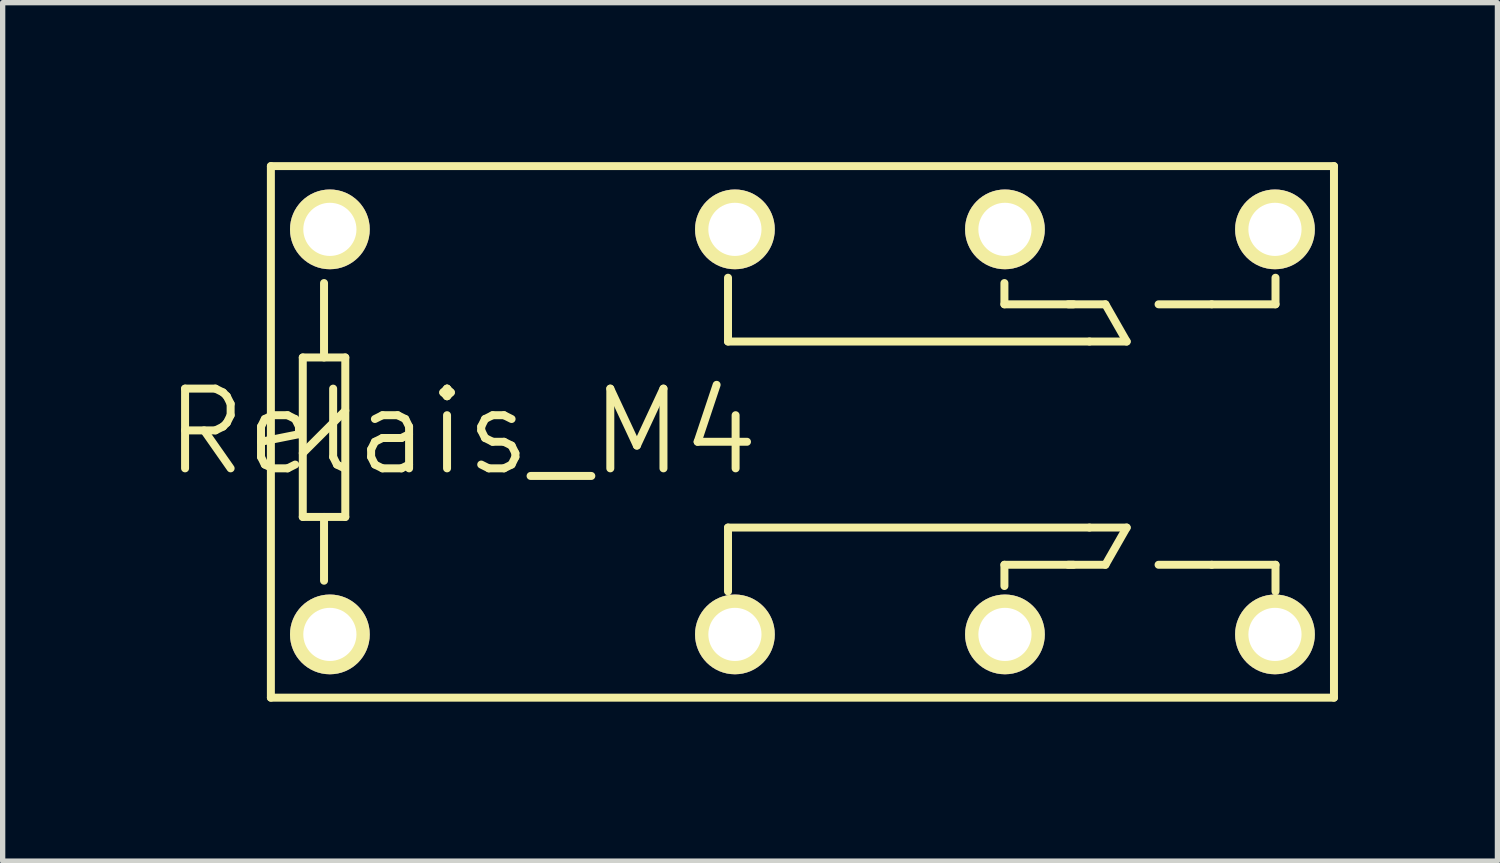
<source format=kicad_pcb>
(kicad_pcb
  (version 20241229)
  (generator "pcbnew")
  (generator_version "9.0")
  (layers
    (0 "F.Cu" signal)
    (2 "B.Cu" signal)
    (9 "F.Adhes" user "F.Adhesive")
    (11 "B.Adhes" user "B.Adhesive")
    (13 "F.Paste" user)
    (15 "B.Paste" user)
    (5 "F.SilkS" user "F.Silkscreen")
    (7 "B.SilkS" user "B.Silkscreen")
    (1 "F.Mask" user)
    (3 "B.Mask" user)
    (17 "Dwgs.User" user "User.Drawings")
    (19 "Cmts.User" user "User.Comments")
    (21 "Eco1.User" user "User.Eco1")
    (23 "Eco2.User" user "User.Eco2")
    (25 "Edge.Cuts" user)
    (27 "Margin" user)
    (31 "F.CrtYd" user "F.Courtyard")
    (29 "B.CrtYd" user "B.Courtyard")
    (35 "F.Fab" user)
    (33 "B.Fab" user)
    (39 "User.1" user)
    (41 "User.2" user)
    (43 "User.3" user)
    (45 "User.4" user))
  (footprint "Relais_M4"
    (layer "F.Cu")
    (at 12.046 5.075)
    (property "Reference" "Relais_M4" (at -6.4 0 0) (layer "F.SilkS") (effects (font (size 1.5 1.5) (thickness 0.15))))
    (attr through_hole)
    (fp_line (start -10 -5) (end 10 -5) (stroke (width 0.15) (type solid)) (layer "F.SilkS"))
    (fp_line (start -10 5) (end -10 -5) (stroke (width 0.15) (type solid)) (layer "F.SilkS"))
    (fp_line (start -9.4 -1.4) (end -8.6 -1.4) (stroke (width 0.15) (type solid)) (layer "F.SilkS"))
    (fp_line (start -9.4 0.4) (end -8.6 -0.4) (stroke (width 0.15) (type solid)) (layer "F.SilkS"))
    (fp_line (start -9.4 1.6) (end -9.4 -1.4) (stroke (width 0.15) (type solid)) (layer "F.SilkS"))
    (fp_line (start -9 -2.8) (end -9 -1.4) (stroke (width 0.15) (type solid)) (layer "F.SilkS"))
    (fp_line (start -9 2.8) (end -9 1.6) (stroke (width 0.15) (type solid)) (layer "F.SilkS"))
    (fp_line (start -8.6 -1.4) (end -8.6 1.6) (stroke (width 0.15) (type solid)) (layer "F.SilkS"))
    (fp_line (start -8.6 1.6) (end -9.4 1.6) (stroke (width 0.15) (type solid)) (layer "F.SilkS"))
    (fp_line (start -1.4 -2.9) (end -1.4 -1.7) (stroke (width 0.15) (type solid)) (layer "F.SilkS"))
    (fp_line (start -1.4 -1.7) (end 5.4 -1.7) (stroke (width 0.15) (type solid)) (layer "F.SilkS"))
    (fp_line (start -1.4 1.8) (end 5.4 1.8) (stroke (width 0.15) (type solid)) (layer "F.SilkS"))
    (fp_line (start -1.4 3) (end -1.4 1.8) (stroke (width 0.15) (type solid)) (layer "F.SilkS"))
    (fp_line (start 3.8 -2.8) (end 3.8 -2.4) (stroke (width 0.15) (type solid)) (layer "F.SilkS"))
    (fp_line (start 3.8 -2.4) (end 5.1 -2.4) (stroke (width 0.15) (type solid)) (layer "F.SilkS"))
    (fp_line (start 3.8 2.5) (end 5.1 2.5) (stroke (width 0.15) (type solid)) (layer "F.SilkS"))
    (fp_line (start 3.8 2.9) (end 3.8 2.5) (stroke (width 0.15) (type solid)) (layer "F.SilkS"))
    (fp_line (start 5.4 -1.7) (end 6.1 -1.7) (stroke (width 0.15) (type solid)) (layer "F.SilkS"))
    (fp_line (start 5.4 1.8) (end 6.1 1.8) (stroke (width 0.15) (type solid)) (layer "F.SilkS"))
    (fp_line (start 5.7 -2.4) (end 5 -2.4) (stroke (width 0.15) (type solid)) (layer "F.SilkS"))
    (fp_line (start 5.7 2.5) (end 5 2.5) (stroke (width 0.15) (type solid)) (layer "F.SilkS"))
    (fp_line (start 6.1 -1.7) (end 5.7 -2.4) (stroke (width 0.15) (type solid)) (layer "F.SilkS"))
    (fp_line (start 6.1 1.8) (end 5.7 2.5) (stroke (width 0.15) (type solid)) (layer "F.SilkS"))
    (fp_line (start 7.7 -2.4) (end 6.7 -2.4) (stroke (width 0.15) (type solid)) (layer "F.SilkS"))
    (fp_line (start 7.7 2.5) (end 6.7 2.5) (stroke (width 0.15) (type solid)) (layer "F.SilkS"))
    (fp_line (start 8.9 -2.9) (end 8.9 -2.4) (stroke (width 0.15) (type solid)) (layer "F.SilkS"))
    (fp_line (start 8.9 -2.4) (end 7.7 -2.4) (stroke (width 0.15) (type solid)) (layer "F.SilkS"))
    (fp_line (start 8.9 2.5) (end 7.7 2.5) (stroke (width 0.15) (type solid)) (layer "F.SilkS"))
    (fp_line (start 8.9 3) (end 8.9 2.5) (stroke (width 0.15) (type solid)) (layer "F.SilkS"))
    (fp_line (start 10 -5) (end 10 5) (stroke (width 0.15) (type solid)) (layer "F.SilkS"))
    (fp_line (start 10 5) (end -10 5) (stroke (width 0.15) (type solid)) (layer "F.SilkS"))
    (pad "1" thru_hole circle (at -8.89 3.81) (size 1.5 1.5) (drill 1) (layers "*.Cu" "*.Mask" "F.SilkS"))
    (pad "2" thru_hole circle (at -8.89 -3.81) (size 1.5 1.5) (drill 1) (layers "*.Cu" "*.Mask" "F.SilkS"))
    (pad "3" thru_hole circle (at -1.27 3.81) (size 1.5 1.5) (drill 1) (layers "*.Cu" "*.Mask" "F.SilkS"))
    (pad "4" thru_hole circle (at -1.27 -3.81) (size 1.5 1.5) (drill 1) (layers "*.Cu" "*.Mask" "F.SilkS"))
    (pad "5" thru_hole circle (at 3.81 3.81) (size 1.5 1.5) (drill 1) (layers "*.Cu" "*.Mask" "F.SilkS"))
    (pad "6" thru_hole circle (at 3.81 -3.81) (size 1.5 1.5) (drill 1) (layers "*.Cu" "*.Mask" "F.SilkS"))
    (pad "7" thru_hole circle (at 8.89 3.81) (size 1.5 1.5) (drill 1) (layers "*.Cu" "*.Mask" "F.SilkS"))
    (pad "8" thru_hole circle (at 8.89 -3.81) (size 1.5 1.5) (drill 1) (layers "*.Cu" "*.Mask" "F.SilkS")))
  (gr_rect
    (start -3 -3)
    (end 25.121 13.15)
    (stroke (width 0.1) (type default))
    (fill no)
    (layer "Edge.Cuts")))
</source>
